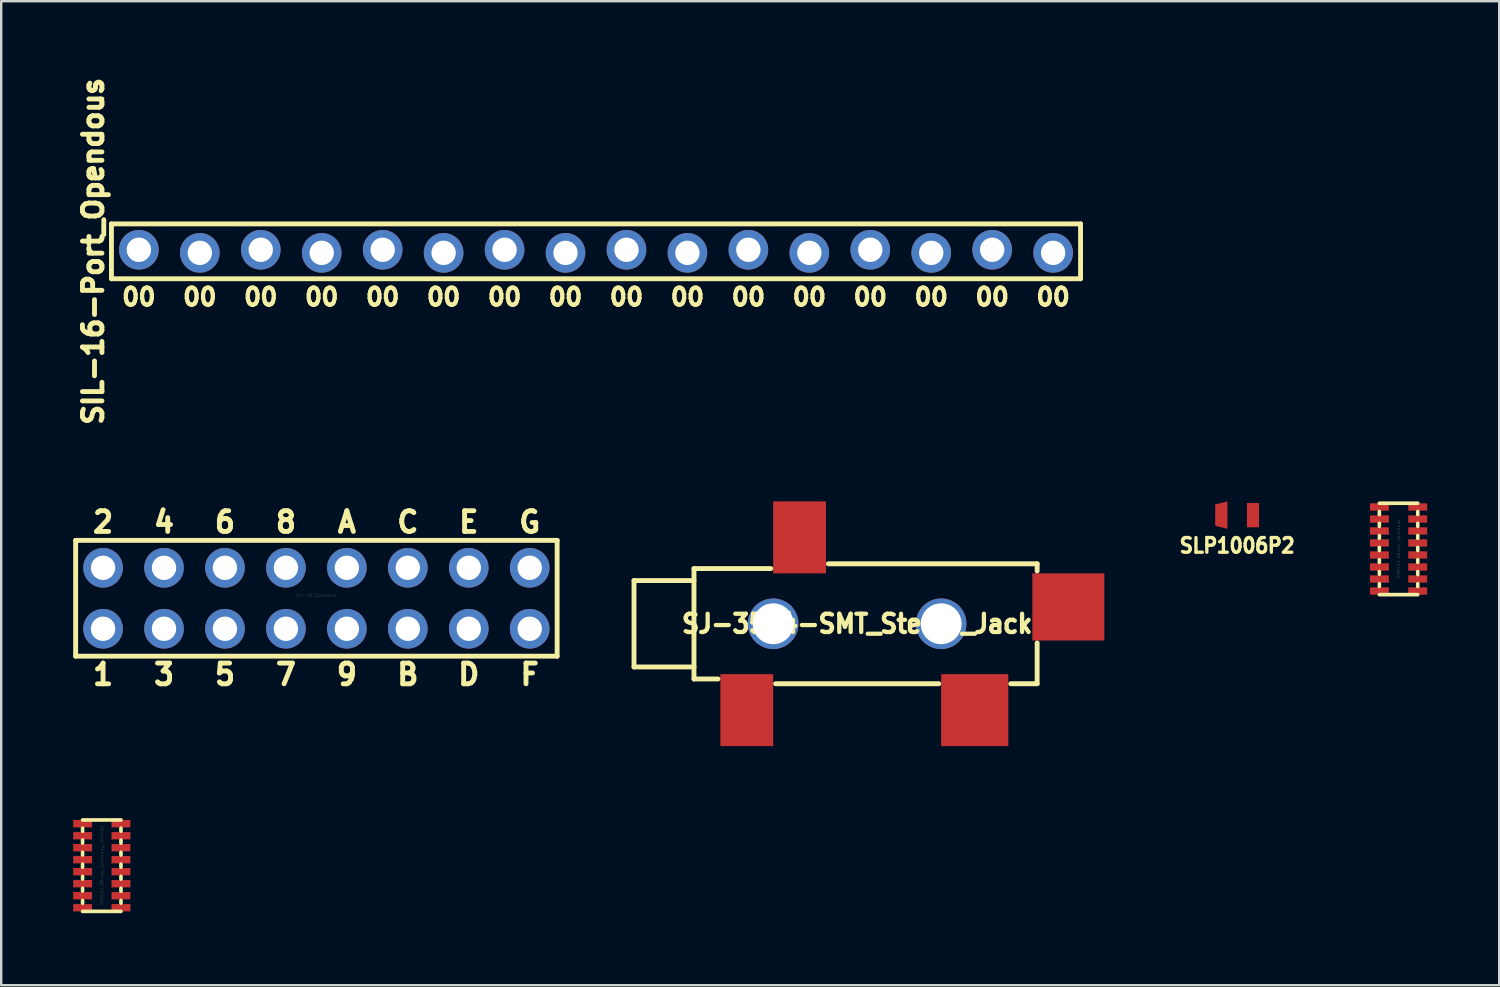
<source format=kicad_pcb>
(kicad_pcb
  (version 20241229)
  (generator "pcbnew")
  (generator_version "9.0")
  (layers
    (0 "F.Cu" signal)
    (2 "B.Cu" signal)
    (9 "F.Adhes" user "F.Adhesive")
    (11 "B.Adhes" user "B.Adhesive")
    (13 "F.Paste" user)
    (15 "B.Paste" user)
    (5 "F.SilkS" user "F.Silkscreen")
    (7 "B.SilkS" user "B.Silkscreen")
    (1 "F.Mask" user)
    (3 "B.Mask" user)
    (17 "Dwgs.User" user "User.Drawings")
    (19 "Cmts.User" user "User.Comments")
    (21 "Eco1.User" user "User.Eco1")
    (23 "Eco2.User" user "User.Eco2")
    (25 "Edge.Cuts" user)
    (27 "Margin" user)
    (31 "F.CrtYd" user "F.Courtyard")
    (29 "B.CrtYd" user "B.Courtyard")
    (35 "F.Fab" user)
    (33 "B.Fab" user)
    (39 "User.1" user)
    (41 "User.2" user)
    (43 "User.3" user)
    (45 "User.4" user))
  (footprint "SIL-16_Opendous"
    (layer "F.Cu")
    (at 10.135 21.882)
    (property "Reference" "SIL-16_Opendous" (at 0 -0.127 0) (layer "F.SilkS") (effects (font (size 0.127 0.127) (thickness 0.003))))
    (attr through_hole)
    (fp_line (start -10.033 2.413) (end -10.033 -2.413) (stroke (width 0.203) (type solid)) (layer "F.SilkS"))
    (fp_line (start -10.033 2.413) (end 10.033 2.413) (stroke (width 0.203) (type solid)) (layer "F.SilkS"))
    (fp_line (start 10.033 -2.413) (end -10.033 -2.413) (stroke (width 0.203) (type solid)) (layer "F.SilkS"))
    (fp_line (start 10.033 -2.413) (end 10.033 2.413) (stroke (width 0.203) (type solid)) (layer "F.SilkS"))
    (fp_text user "9" (at 1.27 3.175 0) (layer "F.SilkS") (effects (font (size 0.864 0.813) (thickness 0.203))))
    (fp_text user "G" (at 8.89 -3.175 0) (layer "F.SilkS") (effects (font (size 0.864 0.813) (thickness 0.203))))
    (fp_text user "2" (at -8.89 -3.175 0) (layer "F.SilkS") (effects (font (size 0.864 0.813) (thickness 0.203))))
    (fp_text user "A" (at 1.27 -3.175 0) (layer "F.SilkS") (effects (font (size 0.864 0.813) (thickness 0.203))))
    (fp_text user "B" (at 3.81 3.175 0) (layer "F.SilkS") (effects (font (size 0.864 0.813) (thickness 0.203))))
    (fp_text user "7" (at -1.27 3.175 0) (layer "F.SilkS") (effects (font (size 0.864 0.813) (thickness 0.203))))
    (fp_text user "E" (at 6.35 -3.175 0) (layer "F.SilkS") (effects (font (size 0.864 0.813) (thickness 0.203))))
    (fp_text user "C" (at 3.81 -3.175 0) (layer "F.SilkS") (effects (font (size 0.864 0.813) (thickness 0.203))))
    (fp_text user "3" (at -6.35 3.175 0) (layer "F.SilkS") (effects (font (size 0.864 0.813) (thickness 0.203))))
    (fp_text user "1" (at -8.89 3.175 0) (layer "F.SilkS") (effects (font (size 0.864 0.813) (thickness 0.203))))
    (fp_text user "D" (at 6.35 3.175 0) (layer "F.SilkS") (effects (font (size 0.864 0.813) (thickness 0.203))))
    (fp_text user "6" (at -3.81 -3.175 0) (layer "F.SilkS") (effects (font (size 0.864 0.813) (thickness 0.203))))
    (fp_text user "4" (at -6.35 -3.175 0) (layer "F.SilkS") (effects (font (size 0.864 0.813) (thickness 0.203))))
    (fp_text user "5" (at -3.81 3.175 0) (layer "F.SilkS") (effects (font (size 0.864 0.813) (thickness 0.203))))
    (fp_text user "8" (at -1.27 -3.175 0) (layer "F.SilkS") (effects (font (size 0.864 0.813) (thickness 0.203))))
    (fp_text user "F" (at 8.89 3.175 0) (layer "F.SilkS") (effects (font (size 0.864 0.813) (thickness 0.203))))
    (pad "1" thru_hole circle (at -8.89 1.27) (size 1.651 1.651) (drill 1.016) (layers "*.Cu" "*.Mask"))
    (pad "2" thru_hole circle (at -8.89 -1.27) (size 1.651 1.651) (drill 1.016) (layers "*.Cu" "*.Mask"))
    (pad "3" thru_hole circle (at -6.35 1.27) (size 1.651 1.651) (drill 1.016) (layers "*.Cu" "*.Mask"))
    (pad "4" thru_hole circle (at -6.35 -1.27) (size 1.651 1.651) (drill 1.016) (layers "*.Cu" "*.Mask"))
    (pad "5" thru_hole circle (at -3.81 1.27) (size 1.651 1.651) (drill 1.016) (layers "*.Cu" "*.Mask"))
    (pad "6" thru_hole circle (at -3.81 -1.27) (size 1.651 1.651) (drill 1.016) (layers "*.Cu" "*.Mask"))
    (pad "7" thru_hole circle (at -1.27 1.27) (size 1.651 1.651) (drill 1.016) (layers "*.Cu" "*.Mask"))
    (pad "8" thru_hole circle (at -1.27 -1.27) (size 1.651 1.651) (drill 1.016) (layers "*.Cu" "*.Mask"))
    (pad "9" thru_hole circle (at 1.27 1.27) (size 1.651 1.651) (drill 1.016) (layers "*.Cu" "*.Mask"))
    (pad "10" thru_hole circle (at 1.27 -1.27) (size 1.651 1.651) (drill 1.016) (layers "*.Cu" "*.Mask"))
    (pad "11" thru_hole circle (at 3.81 1.27) (size 1.651 1.651) (drill 1.016) (layers "*.Cu" "*.Mask"))
    (pad "12" thru_hole circle (at 3.81 -1.27) (size 1.651 1.651) (drill 1.016) (layers "*.Cu" "*.Mask"))
    (pad "13" thru_hole circle (at 6.35 1.27) (size 1.651 1.651) (drill 1.016) (layers "*.Cu" "*.Mask"))
    (pad "14" thru_hole circle (at 6.35 -1.27) (size 1.651 1.651) (drill 1.016) (layers "*.Cu" "*.Mask"))
    (pad "15" thru_hole circle (at 8.89 1.27) (size 1.651 1.651) (drill 1.016) (layers "*.Cu" "*.Mask"))
    (pad "16" thru_hole circle (at 8.89 -1.27) (size 1.651 1.651) (drill 1.016) (layers "*.Cu" "*.Mask")))
  (footprint "SM0402_8Array_Opendous"
    (layer "F.Cu")
    (at 55.232 19.826)
    (property "Reference" "SM0402_8Array_Opendous" (at 0 0 90) (layer "F.SilkS") (effects (font (size 0.127 0.127) (thickness 0.003))))
    (attr smd)
    (fp_line (start -0.8 -1.562) (end -0.8 -1.435) (stroke (width 0.152) (type solid)) (layer "F.SilkS"))
    (fp_line (start -0.8 -1.067) (end -0.8 -0.94) (stroke (width 0.152) (type solid)) (layer "F.SilkS"))
    (fp_line (start -0.8 -0.559) (end -0.8 -0.445) (stroke (width 0.152) (type solid)) (layer "F.SilkS"))
    (fp_line (start -0.8 -0.064) (end -0.8 0.064) (stroke (width 0.152) (type solid)) (layer "F.SilkS"))
    (fp_line (start -0.8 0.445) (end -0.8 0.559) (stroke (width 0.152) (type solid)) (layer "F.SilkS"))
    (fp_line (start -0.8 0.94) (end -0.8 1.054) (stroke (width 0.152) (type solid)) (layer "F.SilkS"))
    (fp_line (start -0.8 1.448) (end -0.8 1.562) (stroke (width 0.152) (type solid)) (layer "F.SilkS"))
    (fp_line (start -0.8 1.905) (end 0.8 1.905) (stroke (width 0.152) (type solid)) (layer "F.SilkS"))
    (fp_line (start 0.8 -1.905) (end -0.8 -1.905) (stroke (width 0.152) (type solid)) (layer "F.SilkS"))
    (fp_line (start 0.8 -1.562) (end 0.8 -1.435) (stroke (width 0.152) (type solid)) (layer "F.SilkS"))
    (fp_line (start 0.8 -1.067) (end 0.8 -0.94) (stroke (width 0.152) (type solid)) (layer "F.SilkS"))
    (fp_line (start 0.8 -0.559) (end 0.8 -0.445) (stroke (width 0.152) (type solid)) (layer "F.SilkS"))
    (fp_line (start 0.8 -0.064) (end 0.8 0.064) (stroke (width 0.152) (type solid)) (layer "F.SilkS"))
    (fp_line (start 0.8 0.445) (end 0.8 0.559) (stroke (width 0.152) (type solid)) (layer "F.SilkS"))
    (fp_line (start 0.8 0.94) (end 0.8 1.067) (stroke (width 0.152) (type solid)) (layer "F.SilkS"))
    (fp_line (start 0.8 1.448) (end 0.8 1.562) (stroke (width 0.152) (type solid)) (layer "F.SilkS"))
    (pad "1" smd rect (at -0.798 -1.748) (size 0.787 0.305) (layers "F.Cu" "F.Mask" "F.Paste"))
    (pad "2" smd rect (at -0.798 -1.247) (size 0.787 0.305) (layers "F.Cu" "F.Mask" "F.Paste"))
    (pad "3" smd rect (at -0.798 -0.749) (size 0.787 0.305) (layers "F.Cu" "F.Mask" "F.Paste"))
    (pad "4" smd rect (at -0.798 -0.249) (size 0.787 0.305) (layers "F.Cu" "F.Mask" "F.Paste"))
    (pad "5" smd rect (at -0.798 0.251) (size 0.787 0.305) (layers "F.Cu" "F.Mask" "F.Paste"))
    (pad "6" smd rect (at -0.798 0.752) (size 0.787 0.305) (layers "F.Cu" "F.Mask" "F.Paste"))
    (pad "7" smd rect (at -0.798 1.252) (size 0.787 0.305) (layers "F.Cu" "F.Mask" "F.Paste"))
    (pad "8" smd rect (at -0.798 1.753) (size 0.787 0.305) (layers "F.Cu" "F.Mask" "F.Paste"))
    (pad "9" smd rect (at 0.8 1.753) (size 0.787 0.305) (layers "F.Cu" "F.Mask" "F.Paste"))
    (pad "10" smd rect (at 0.8 1.252) (size 0.787 0.305) (layers "F.Cu" "F.Mask" "F.Paste"))
    (pad "11" smd rect (at 0.8 0.752) (size 0.787 0.305) (layers "F.Cu" "F.Mask" "F.Paste"))
    (pad "12" smd rect (at 0.8 0.251) (size 0.787 0.305) (layers "F.Cu" "F.Mask" "F.Paste"))
    (pad "13" smd rect (at 0.8 -0.249) (size 0.787 0.305) (layers "F.Cu" "F.Mask" "F.Paste"))
    (pad "14" smd rect (at 0.8 -0.749) (size 0.787 0.305) (layers "F.Cu" "F.Mask" "F.Paste"))
    (pad "15" smd rect (at 0.8 -1.247) (size 0.787 0.305) (layers "F.Cu" "F.Mask" "F.Paste"))
    (pad "16" smd rect (at 0.8 -1.748) (size 0.787 0.305) (layers "F.Cu" "F.Mask" "F.Paste")))
  (footprint "SJ-3524-SMT_Stereo_Jack"
    (layer "F.Cu")
    (at 32.67 22.944)
    (property "Reference" "SJ-3524-SMT_Stereo_Jack" (at 0 0 0) (layer "F.SilkS") (effects (font (size 0.762 0.711) (thickness 0.178))))
    (attr smd)
    (fp_line (start -9.299 -1.801) (end -9.299 1.801) (stroke (width 0.203) (type solid)) (layer "F.SilkS"))
    (fp_line (start -9.299 1.801) (end -6.8 1.801) (stroke (width 0.203) (type solid)) (layer "F.SilkS"))
    (fp_line (start -6.8 -2.301) (end -6.8 2.301) (stroke (width 0.203) (type solid)) (layer "F.SilkS"))
    (fp_line (start -6.8 -2.301) (end -3.599 -2.301) (stroke (width 0.203) (type solid)) (layer "F.SilkS"))
    (fp_line (start -6.8 -1.801) (end -9.299 -1.801) (stroke (width 0.203) (type solid)) (layer "F.SilkS"))
    (fp_line (start -6.8 2.301) (end -5.799 2.301) (stroke (width 0.203) (type solid)) (layer "F.SilkS"))
    (fp_line (start 3.401 2.499) (end -3.401 2.499) (stroke (width 0.203) (type solid)) (layer "F.SilkS"))
    (fp_line (start 7.501 -2.499) (end -1.199 -2.499) (stroke (width 0.203) (type solid)) (layer "F.SilkS"))
    (fp_line (start 7.501 -2.499) (end 7.501 -2.2) (stroke (width 0.203) (type solid)) (layer "F.SilkS"))
    (fp_line (start 7.501 0.8) (end 7.501 2.499) (stroke (width 0.203) (type solid)) (layer "F.SilkS"))
    (fp_line (start 7.501 2.499) (end 6.401 2.499) (stroke (width 0.203) (type solid)) (layer "F.SilkS"))
    (pad "1" smd rect (at -4.6 3.599) (size 2.2 3) (layers "F.Cu" "F.Mask" "F.Paste"))
    (pad "2" smd rect (at 4.9 3.599) (size 2.799 3) (layers "F.Cu" "F.Mask" "F.Paste"))
    (pad "3" smd rect (at -2.4 -3.599) (size 2.2 3) (layers "F.Cu" "F.Mask" "F.Paste"))
    (pad "4" smd rect (at 8.801 -0.701 90) (size 2.799 3) (layers "F.Cu" "F.Mask" "F.Paste"))
    (pad "5" thru_hole circle (at -3.5 0) (size 2.108 2.108) (drill 1.702) (layers "*.Cu" "*.Mask"))
    (pad "5" thru_hole circle (at 3.5 0) (size 2.108 2.108) (drill 1.702) (layers "*.Cu" "*.Mask")))
  (footprint "SLP1006P2"
    (layer "F.Cu")
    (at 48.506 18.417)
    (property "Reference" "SLP1006P2" (at 0 1.27 0) (layer "F.SilkS") (effects (font (size 0.61 0.559) (thickness 0.203))))
    (attr smd)
    (pad "1" smd trapezoid (at -0.66 0) (size 0.508 1.016) (rect_delta -0.127 0) (layers "F.Cu" "F.Mask" "F.Paste"))
    (pad "2" smd rect (at 0.66 0) (size 0.508 1.016) (layers "F.Cu" "F.Mask" "F.Paste")))
  (footprint "SIL-16-Port_Opendous"
    (layer "F.Cu")
    (at 21.787 7.423)
    (property "Reference" "SIL-16-Port_Opendous" (at -20.955 0 90) (layer "F.SilkS") (effects (font (size 0.813 0.813) (thickness 0.203))))
    (attr through_hole)
    (fp_line (start -20.193 -1.143) (end 20.193 -1.143) (stroke (width 0.203) (type solid)) (layer "F.SilkS"))
    (fp_line (start -20.193 1.143) (end -20.193 -1.143) (stroke (width 0.203) (type solid)) (layer "F.SilkS"))
    (fp_line (start 20.193 -1.143) (end 20.193 1.143) (stroke (width 0.203) (type solid)) (layer "F.SilkS"))
    (fp_line (start 20.193 1.143) (end -20.193 1.143) (stroke (width 0.203) (type solid)) (layer "F.SilkS"))
    (fp_text user "00" (at 19.05 1.905 0) (layer "F.SilkS") (effects (font (size 0.711 0.711) (thickness 0.178))))
    (fp_text user "00" (at -19.05 1.905 0) (layer "F.SilkS") (effects (font (size 0.711 0.711) (thickness 0.178))))
    (fp_text user "00" (at 8.89 1.905 0) (layer "F.SilkS") (effects (font (size 0.711 0.711) (thickness 0.178))))
    (fp_text user "00" (at 3.81 1.905 0) (layer "F.SilkS") (effects (font (size 0.711 0.711) (thickness 0.178))))
    (fp_text user "00" (at -16.51 1.905 0) (layer "F.SilkS") (effects (font (size 0.711 0.711) (thickness 0.178))))
    (fp_text user "00" (at -1.27 1.905 0) (layer "F.SilkS") (effects (font (size 0.711 0.711) (thickness 0.178))))
    (fp_text user "00" (at -6.35 1.905 0) (layer "F.SilkS") (effects (font (size 0.711 0.711) (thickness 0.178))))
    (fp_text user "00" (at 13.97 1.905 0) (layer "F.SilkS") (effects (font (size 0.711 0.711) (thickness 0.178))))
    (fp_text user "00" (at 1.27 1.905 0) (layer "F.SilkS") (effects (font (size 0.711 0.711) (thickness 0.178))))
    (fp_text user "00" (at 16.51 1.905 0) (layer "F.SilkS") (effects (font (size 0.711 0.711) (thickness 0.178))))
    (fp_text user "00" (at -13.97 1.905 0) (layer "F.SilkS") (effects (font (size 0.711 0.711) (thickness 0.178))))
    (fp_text user "00" (at 6.35 1.905 0) (layer "F.SilkS") (effects (font (size 0.711 0.711) (thickness 0.178))))
    (fp_text user "00" (at -3.81 1.905 0) (layer "F.SilkS") (effects (font (size 0.711 0.711) (thickness 0.178))))
    (fp_text user "00" (at -8.89 1.905 0) (layer "F.SilkS") (effects (font (size 0.711 0.711) (thickness 0.178))))
    (fp_text user "00" (at -11.43 1.905 0) (layer "F.SilkS") (effects (font (size 0.711 0.711) (thickness 0.178))))
    (fp_text user "00" (at 11.43 1.905 0) (layer "F.SilkS") (effects (font (size 0.711 0.711) (thickness 0.178))))
    (pad "1" thru_hole circle (at 19.05 0.064) (size 1.651 1.651) (drill 1.016) (layers "*.Cu" "*.Mask"))
    (pad "2" thru_hole circle (at 16.51 -0.064) (size 1.651 1.651) (drill 1.016) (layers "*.Cu" "*.Mask"))
    (pad "3" thru_hole circle (at 13.97 0.064) (size 1.651 1.651) (drill 1.016) (layers "*.Cu" "*.Mask"))
    (pad "4" thru_hole circle (at 11.43 -0.064) (size 1.651 1.651) (drill 1.016) (layers "*.Cu" "*.Mask"))
    (pad "5" thru_hole circle (at 8.89 0.064) (size 1.651 1.651) (drill 1.016) (layers "*.Cu" "*.Mask"))
    (pad "6" thru_hole circle (at 6.35 -0.064) (size 1.651 1.651) (drill 1.016) (layers "*.Cu" "*.Mask"))
    (pad "7" thru_hole circle (at 3.81 0.064) (size 1.651 1.651) (drill 1.016) (layers "*.Cu" "*.Mask"))
    (pad "8" thru_hole circle (at 1.27 -0.064) (size 1.651 1.651) (drill 1.016) (layers "*.Cu" "*.Mask"))
    (pad "9" thru_hole circle (at -1.27 0.064) (size 1.651 1.651) (drill 1.016) (layers "*.Cu" "*.Mask"))
    (pad "10" thru_hole circle (at -3.81 -0.064) (size 1.651 1.651) (drill 1.016) (layers "*.Cu" "*.Mask"))
    (pad "11" thru_hole circle (at -6.35 0.064) (size 1.651 1.651) (drill 1.016) (layers "*.Cu" "*.Mask"))
    (pad "12" thru_hole circle (at -8.89 -0.064) (size 1.651 1.651) (drill 1.016) (layers "*.Cu" "*.Mask"))
    (pad "13" thru_hole circle (at -11.43 0.064) (size 1.651 1.651) (drill 1.016) (layers "*.Cu" "*.Mask"))
    (pad "14" thru_hole circle (at -13.97 -0.064) (size 1.651 1.651) (drill 1.016) (layers "*.Cu" "*.Mask"))
    (pad "15" thru_hole circle (at -16.51 0.064) (size 1.651 1.651) (drill 1.016) (layers "*.Cu" "*.Mask"))
    (pad "16" thru_hole circle (at -19.05 -0.064) (size 1.651 1.651) (drill 1.016) (layers "*.Cu" "*.Mask")))
  (footprint "SM0402_8Array_Opendous_Inverted"
    (layer "F.Cu")
    (at 1.191 33.025)
    (property "Reference" "SM0402_8Array_Opendous_Inverted" (at 0 0 90) (layer "F.SilkS") (effects (font (size 0.127 0.127) (thickness 0.003))))
    (attr smd)
    (fp_line (start -0.8 -1.562) (end -0.8 -1.435) (stroke (width 0.152) (type solid)) (layer "F.SilkS"))
    (fp_line (start -0.8 -1.067) (end -0.8 -0.94) (stroke (width 0.152) (type solid)) (layer "F.SilkS"))
    (fp_line (start -0.8 -0.559) (end -0.8 -0.445) (stroke (width 0.152) (type solid)) (layer "F.SilkS"))
    (fp_line (start -0.8 -0.064) (end -0.8 0.064) (stroke (width 0.152) (type solid)) (layer "F.SilkS"))
    (fp_line (start -0.8 0.445) (end -0.8 0.559) (stroke (width 0.152) (type solid)) (layer "F.SilkS"))
    (fp_line (start -0.8 0.94) (end -0.8 1.054) (stroke (width 0.152) (type solid)) (layer "F.SilkS"))
    (fp_line (start -0.8 1.448) (end -0.8 1.562) (stroke (width 0.152) (type solid)) (layer "F.SilkS"))
    (fp_line (start -0.8 1.905) (end 0.8 1.905) (stroke (width 0.152) (type solid)) (layer "F.SilkS"))
    (fp_line (start 0.8 -1.905) (end -0.8 -1.905) (stroke (width 0.152) (type solid)) (layer "F.SilkS"))
    (fp_line (start 0.8 -1.562) (end 0.8 -1.435) (stroke (width 0.152) (type solid)) (layer "F.SilkS"))
    (fp_line (start 0.8 -1.067) (end 0.8 -0.94) (stroke (width 0.152) (type solid)) (layer "F.SilkS"))
    (fp_line (start 0.8 -0.559) (end 0.8 -0.445) (stroke (width 0.152) (type solid)) (layer "F.SilkS"))
    (fp_line (start 0.8 -0.064) (end 0.8 0.064) (stroke (width 0.152) (type solid)) (layer "F.SilkS"))
    (fp_line (start 0.8 0.445) (end 0.8 0.559) (stroke (width 0.152) (type solid)) (layer "F.SilkS"))
    (fp_line (start 0.8 0.94) (end 0.8 1.067) (stroke (width 0.152) (type solid)) (layer "F.SilkS"))
    (fp_line (start 0.8 1.448) (end 0.8 1.562) (stroke (width 0.152) (type solid)) (layer "F.SilkS"))
    (pad "1" smd rect (at 0.8 -1.748) (size 0.787 0.305) (layers "F.Cu" "F.Mask" "F.Paste"))
    (pad "2" smd rect (at 0.8 -1.247) (size 0.787 0.305) (layers "F.Cu" "F.Mask" "F.Paste"))
    (pad "3" smd rect (at 0.8 -0.749) (size 0.787 0.305) (layers "F.Cu" "F.Mask" "F.Paste"))
    (pad "4" smd rect (at 0.8 -0.249) (size 0.787 0.305) (layers "F.Cu" "F.Mask" "F.Paste"))
    (pad "5" smd rect (at 0.8 0.251) (size 0.787 0.305) (layers "F.Cu" "F.Mask" "F.Paste"))
    (pad "6" smd rect (at 0.8 0.752) (size 0.787 0.305) (layers "F.Cu" "F.Mask" "F.Paste"))
    (pad "7" smd rect (at 0.8 1.252) (size 0.787 0.305) (layers "F.Cu" "F.Mask" "F.Paste"))
    (pad "8" smd rect (at 0.8 1.753) (size 0.787 0.305) (layers "F.Cu" "F.Mask" "F.Paste"))
    (pad "9" smd rect (at -0.798 1.753) (size 0.787 0.305) (layers "F.Cu" "F.Mask" "F.Paste"))
    (pad "10" smd rect (at -0.798 1.252) (size 0.787 0.305) (layers "F.Cu" "F.Mask" "F.Paste"))
    (pad "11" smd rect (at -0.798 0.752) (size 0.787 0.305) (layers "F.Cu" "F.Mask" "F.Paste"))
    (pad "12" smd rect (at -0.798 0.251) (size 0.787 0.305) (layers "F.Cu" "F.Mask" "F.Paste"))
    (pad "13" smd rect (at -0.798 -0.249) (size 0.787 0.305) (layers "F.Cu" "F.Mask" "F.Paste"))
    (pad "14" smd rect (at -0.798 -0.749) (size 0.787 0.305) (layers "F.Cu" "F.Mask" "F.Paste"))
    (pad "15" smd rect (at -0.798 -1.247) (size 0.787 0.305) (layers "F.Cu" "F.Mask" "F.Paste"))
    (pad "16" smd rect (at -0.798 -1.748) (size 0.787 0.305) (layers "F.Cu" "F.Mask" "F.Paste")))
  (gr_rect
    (start -3 -3)
    (end 59.426 38.006)
    (stroke (width 0.1) (type default))
    (fill no)
    (layer "Edge.Cuts")))
</source>
